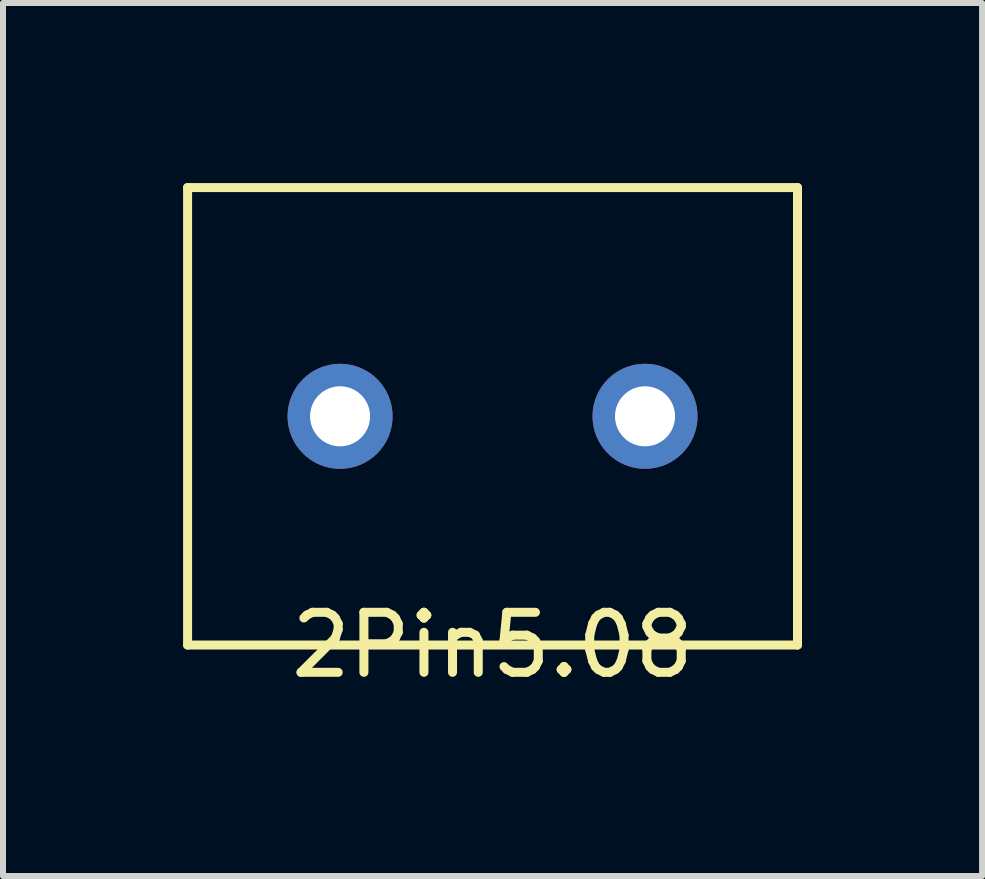
<source format=kicad_pcb>
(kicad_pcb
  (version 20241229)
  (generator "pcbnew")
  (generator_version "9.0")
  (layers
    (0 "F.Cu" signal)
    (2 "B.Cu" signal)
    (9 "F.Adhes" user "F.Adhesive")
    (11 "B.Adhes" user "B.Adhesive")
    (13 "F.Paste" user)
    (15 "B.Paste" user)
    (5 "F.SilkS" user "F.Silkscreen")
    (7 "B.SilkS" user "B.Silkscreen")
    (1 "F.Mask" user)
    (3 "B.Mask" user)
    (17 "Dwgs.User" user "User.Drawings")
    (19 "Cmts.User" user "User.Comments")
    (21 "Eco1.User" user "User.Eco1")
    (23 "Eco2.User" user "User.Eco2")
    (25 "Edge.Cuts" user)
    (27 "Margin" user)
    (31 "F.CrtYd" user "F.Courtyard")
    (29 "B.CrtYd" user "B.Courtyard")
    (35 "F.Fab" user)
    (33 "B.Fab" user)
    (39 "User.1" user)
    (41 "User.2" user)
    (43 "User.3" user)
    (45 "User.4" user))
  (footprint "2Pin5.08"
    (layer "F.Cu")
    (at 5.155 3.885)
    (property "Reference" "2Pin5.08" (at 0 3.81 0) (layer "F.SilkS") (effects (font (size 1 1) (thickness 0.15))))
    (attr through_hole)
    (fp_line (start -5.08 -3.81) (end 5.08 -3.81) (stroke (width 0.15) (type solid)) (layer "F.SilkS"))
    (fp_line (start -5.08 3.81) (end -5.08 -3.81) (stroke (width 0.15) (type solid)) (layer "F.SilkS"))
    (fp_line (start 5.08 -3.81) (end 5.08 3.81) (stroke (width 0.15) (type solid)) (layer "F.SilkS"))
    (fp_line (start 5.08 3.81) (end -5.08 3.81) (stroke (width 0.15) (type solid)) (layer "F.SilkS"))
    (pad "1" thru_hole circle (at -2.54 0) (size 1.75 1.75) (drill 1) (layers "*.Cu" "*.Mask"))
    (pad "2" thru_hole circle (at 2.54 0) (size 1.75 1.75) (drill 1) (layers "*.Cu" "*.Mask")))
  (gr_rect
    (start -3 -3)
    (end 13.31 11.543)
    (stroke (width 0.1) (type default))
    (fill no)
    (layer "Edge.Cuts")))
</source>
